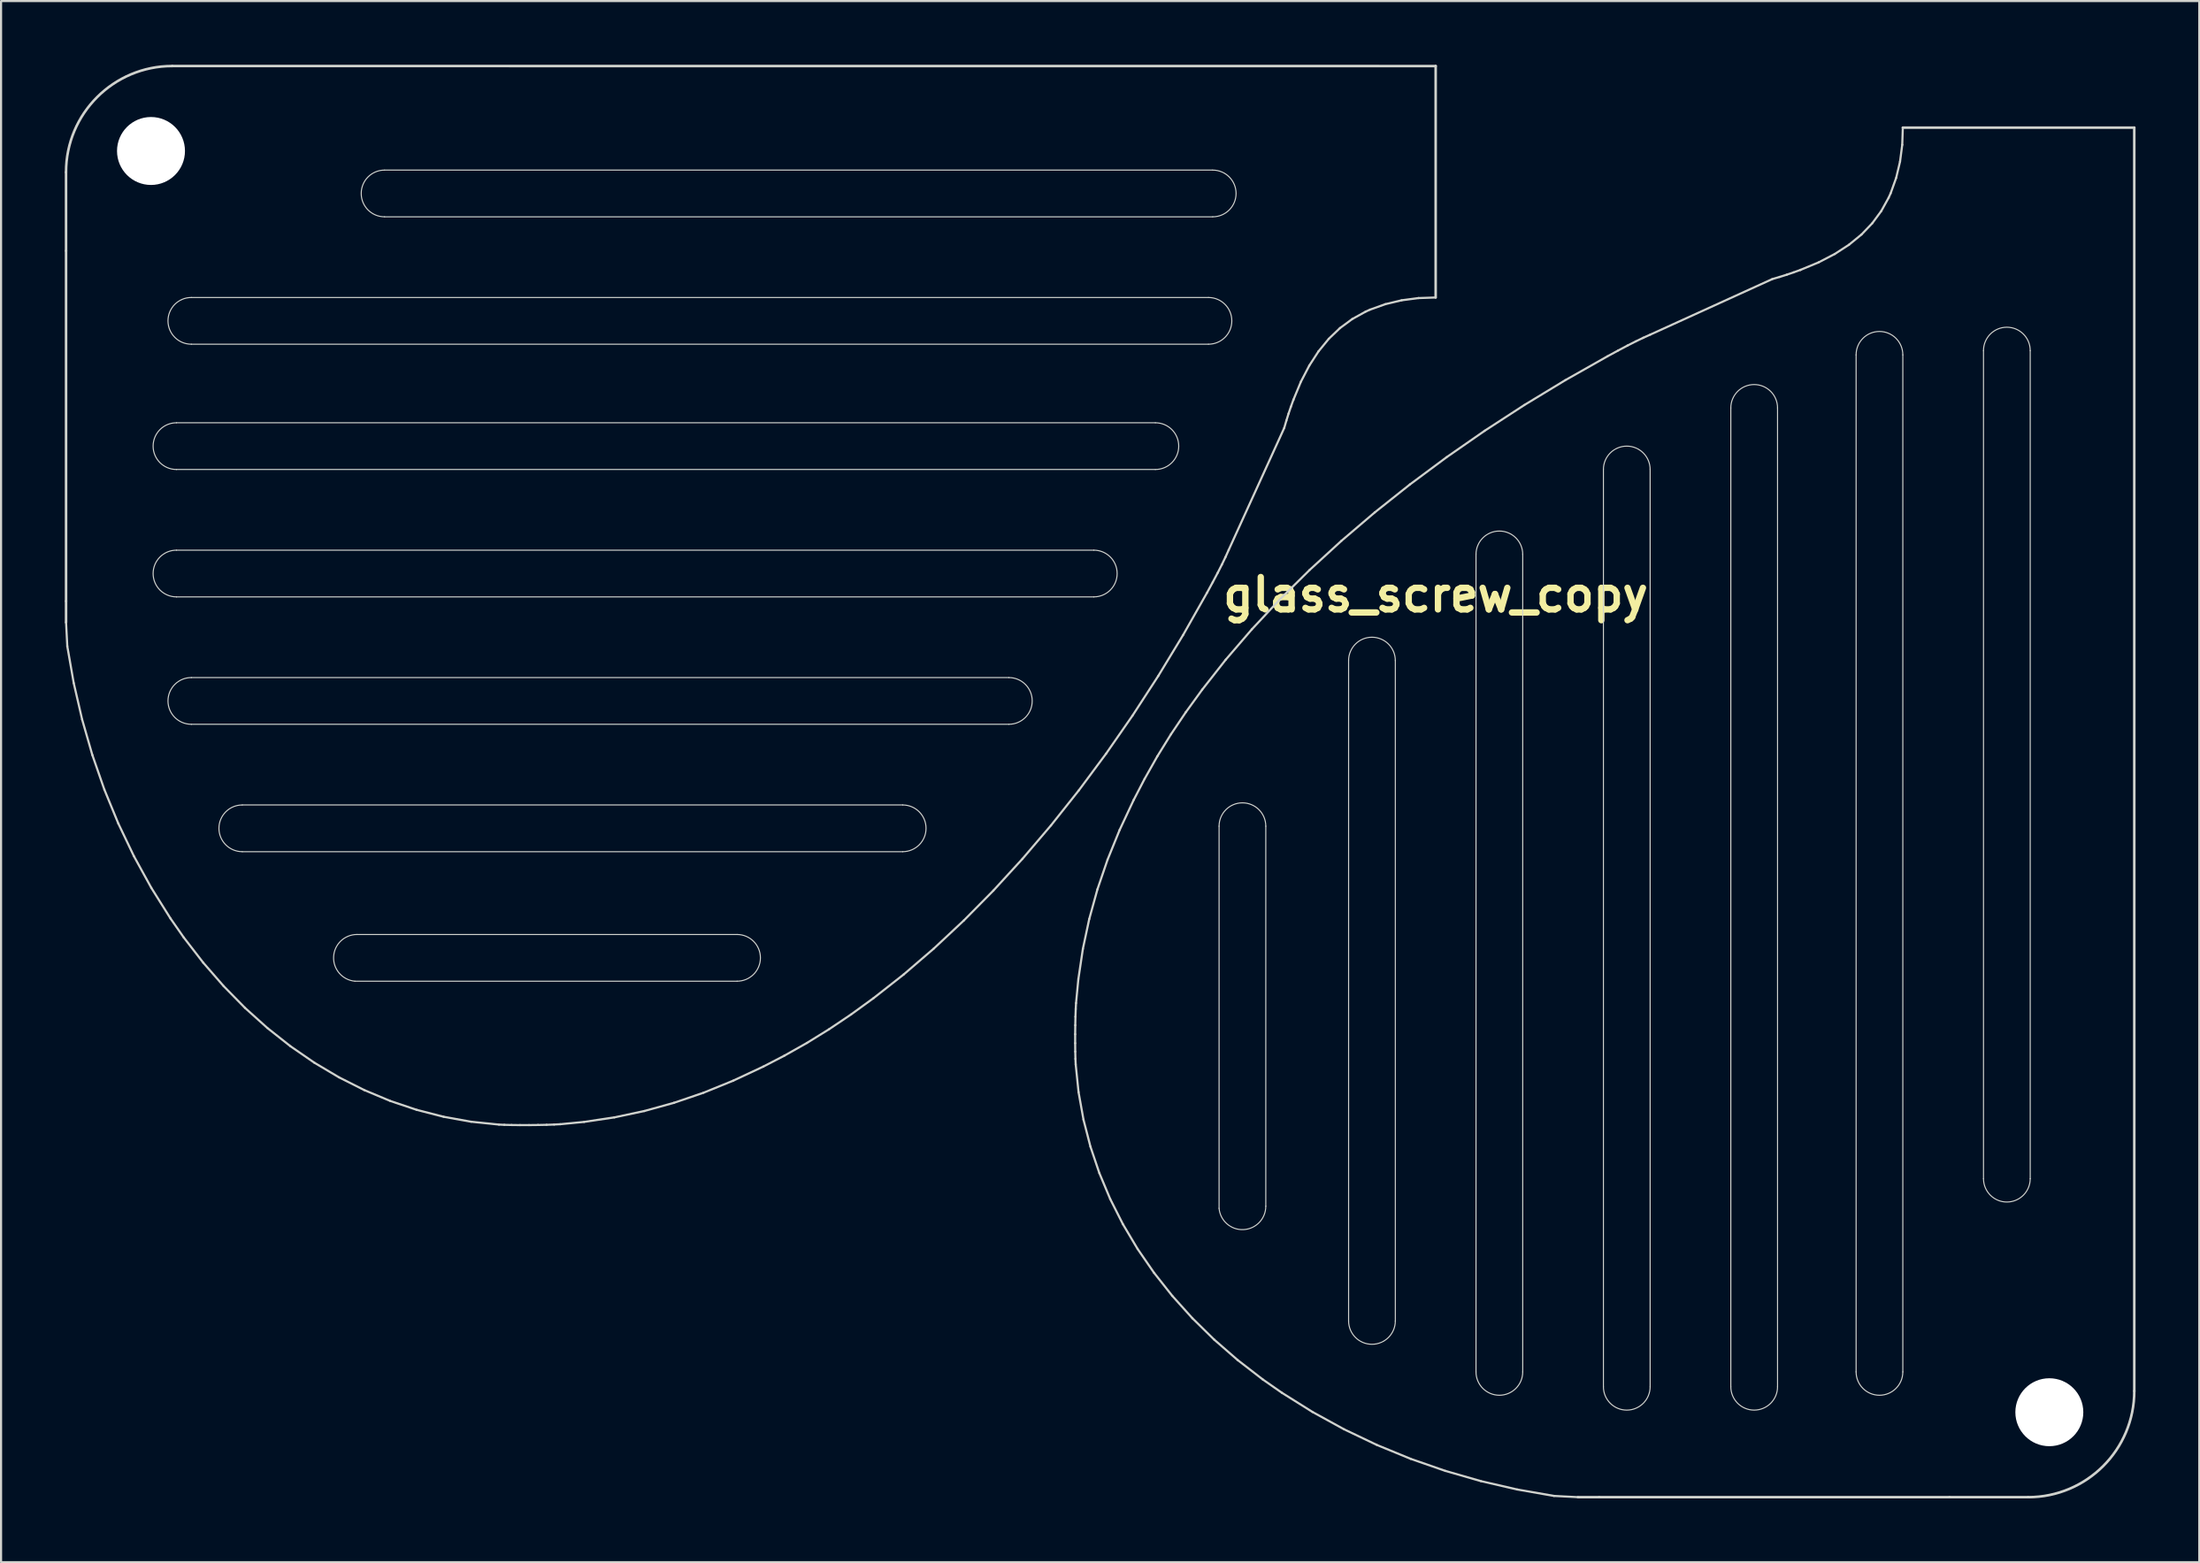
<source format=kicad_pcb>
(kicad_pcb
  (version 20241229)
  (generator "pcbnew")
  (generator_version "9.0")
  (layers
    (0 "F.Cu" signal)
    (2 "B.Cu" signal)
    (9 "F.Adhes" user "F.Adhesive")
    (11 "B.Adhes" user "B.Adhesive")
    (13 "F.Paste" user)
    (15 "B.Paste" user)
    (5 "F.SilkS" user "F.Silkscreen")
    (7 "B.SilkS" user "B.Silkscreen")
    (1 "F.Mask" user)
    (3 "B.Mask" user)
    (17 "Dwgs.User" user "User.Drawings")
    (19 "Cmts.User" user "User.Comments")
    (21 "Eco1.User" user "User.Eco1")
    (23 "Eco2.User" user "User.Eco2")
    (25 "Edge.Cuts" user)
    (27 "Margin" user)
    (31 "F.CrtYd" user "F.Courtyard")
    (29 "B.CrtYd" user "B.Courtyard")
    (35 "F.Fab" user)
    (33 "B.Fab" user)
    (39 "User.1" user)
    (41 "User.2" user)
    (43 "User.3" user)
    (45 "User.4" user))
  (footprint "glass_screw_copy"
    (layer "F.Cu")
    (at 64.561 5.961)
    (property "Reference" "glass_screw_copy" (at 0 19 0) (layer "F.SilkS") (effects (font (size 1.524 1.524) (thickness 0.3))))
    (attr through_hole)
    (fp_line (start -64.5 2.8) (end -64.501 -0.9) (stroke (width 0.12) (type solid)) (layer "Edge.Cuts"))
    (fp_line (start -64.5 19.3) (end -64.5 2.8) (stroke (width 0.12) (type solid)) (layer "Edge.Cuts"))
    (fp_line (start -64.5 19.3) (end -64.5 20.3) (stroke (width 0.12) (type solid)) (layer "Edge.Cuts"))
    (fp_line (start -64.442 21.425) (end -64.5 20.3) (stroke (width 0.1) (type solid)) (layer "Edge.Cuts"))
    (fp_line (start -64.138 23.163) (end -64.442 21.425) (stroke (width 0.1) (type solid)) (layer "Edge.Cuts"))
    (fp_line (start -63.744 24.871) (end -64.138 23.163) (stroke (width 0.1) (type solid)) (layer "Edge.Cuts"))
    (fp_line (start -63.263 26.544) (end -63.744 24.871) (stroke (width 0.1) (type solid)) (layer "Edge.Cuts"))
    (fp_line (start -62.695 28.178) (end -63.263 26.544) (stroke (width 0.1) (type solid)) (layer "Edge.Cuts"))
    (fp_line (start -62.041 29.769) (end -62.695 28.178) (stroke (width 0.1) (type solid)) (layer "Edge.Cuts"))
    (fp_line (start -61.304 31.313) (end -62.041 29.769) (stroke (width 0.1) (type solid)) (layer "Edge.Cuts"))
    (fp_line (start -60.484 32.806) (end -61.304 31.313) (stroke (width 0.1) (type solid)) (layer "Edge.Cuts"))
    (fp_line (start -59.582 34.245) (end -60.484 32.806) (stroke (width 0.1) (type solid)) (layer "Edge.Cuts"))
    (fp_line (start -59.3 10.9) (end -13.2 10.9) (stroke (width 0.05) (type solid)) (layer "Edge.Cuts"))
    (fp_line (start -59.3 16.9) (end -16.1 16.9) (stroke (width 0.05) (type solid)) (layer "Edge.Cuts"))
    (fp_line (start -58.955 35.144) (end -59.582 34.245) (stroke (width 0.1) (type solid)) (layer "Edge.Cuts"))
    (fp_line (start -58.6 22.9) (end -20.1 22.9) (stroke (width 0.05) (type solid)) (layer "Edge.Cuts"))
    (fp_line (start -58.6 5) (end -10.7 5) (stroke (width 0.05) (type solid)) (layer "Edge.Cuts"))
    (fp_line (start -58.04 36.328) (end -58.955 35.144) (stroke (width 0.1) (type solid)) (layer "Edge.Cuts"))
    (fp_line (start -57.078 37.433) (end -58.04 36.328) (stroke (width 0.1) (type solid)) (layer "Edge.Cuts"))
    (fp_line (start -56.2 28.9) (end -25.1 28.9) (stroke (width 0.05) (type solid)) (layer "Edge.Cuts"))
    (fp_line (start -56.072 38.458) (end -57.078 37.433) (stroke (width 0.1) (type solid)) (layer "Edge.Cuts"))
    (fp_line (start -55.022 39.402) (end -56.072 38.458) (stroke (width 0.1) (type solid)) (layer "Edge.Cuts"))
    (fp_line (start -53.934 40.262) (end -55.022 39.402) (stroke (width 0.1) (type solid)) (layer "Edge.Cuts"))
    (fp_line (start -52.808 41.038) (end -53.934 40.262) (stroke (width 0.1) (type solid)) (layer "Edge.Cuts"))
    (fp_line (start -51.648 41.727) (end -52.808 41.038) (stroke (width 0.1) (type solid)) (layer "Edge.Cuts"))
    (fp_line (start -50.799 35) (end -32.9 35) (stroke (width 0.05) (type solid)) (layer "Edge.Cuts"))
    (fp_line (start -50.456 42.328) (end -51.648 41.727) (stroke (width 0.1) (type solid)) (layer "Edge.Cuts"))
    (fp_line (start -49.5 -1) (end -10.5 -1) (stroke (width 0.05) (type solid)) (layer "Edge.Cuts"))
    (fp_line (start -49.235 42.839) (end -50.456 42.328) (stroke (width 0.1) (type solid)) (layer "Edge.Cuts"))
    (fp_line (start -47.988 43.259) (end -49.235 42.839) (stroke (width 0.1) (type solid)) (layer "Edge.Cuts"))
    (fp_line (start -46.717 43.586) (end -47.988 43.259) (stroke (width 0.1) (type solid)) (layer "Edge.Cuts"))
    (fp_line (start -45.425 43.818) (end -46.717 43.586) (stroke (width 0.1) (type solid)) (layer "Edge.Cuts"))
    (fp_line (start -44.114 43.953) (end -45.425 43.818) (stroke (width 0.1) (type solid)) (layer "Edge.Cuts"))
    (fp_line (start -43.859 43.965) (end -44.114 43.953) (stroke (width 0.1) (type solid)) (layer "Edge.Cuts"))
    (fp_line (start -43.515 43.973) (end -43.859 43.965) (stroke (width 0.1) (type solid)) (layer "Edge.Cuts"))
    (fp_line (start -43.12 43.977) (end -43.515 43.973) (stroke (width 0.1) (type solid)) (layer "Edge.Cuts"))
    (fp_line (start -42.698 43.977) (end -43.12 43.977) (stroke (width 0.1) (type solid)) (layer "Edge.Cuts"))
    (fp_line (start -42.274 43.972) (end -42.698 43.977) (stroke (width 0.1) (type solid)) (layer "Edge.Cuts"))
    (fp_line (start -41.871 43.964) (end -42.274 43.972) (stroke (width 0.1) (type solid)) (layer "Edge.Cuts"))
    (fp_line (start -41.516 43.951) (end -41.871 43.964) (stroke (width 0.1) (type solid)) (layer "Edge.Cuts"))
    (fp_line (start -41.231 43.936) (end -41.516 43.951) (stroke (width 0.1) (type solid)) (layer "Edge.Cuts"))
    (fp_line (start -40.102 43.827) (end -41.231 43.936) (stroke (width 0.1) (type solid)) (layer "Edge.Cuts"))
    (fp_line (start -38.678 43.614) (end -40.102 43.827) (stroke (width 0.1) (type solid)) (layer "Edge.Cuts"))
    (fp_line (start -37.272 43.315) (end -38.678 43.614) (stroke (width 0.1) (type solid)) (layer "Edge.Cuts"))
    (fp_line (start -35.875 42.929) (end -37.272 43.315) (stroke (width 0.1) (type solid)) (layer "Edge.Cuts"))
    (fp_line (start -34.48 42.453) (end -35.875 42.929) (stroke (width 0.1) (type solid)) (layer "Edge.Cuts"))
    (fp_line (start -33.079 41.884) (end -34.48 42.453) (stroke (width 0.1) (type solid)) (layer "Edge.Cuts"))
    (fp_line (start -32.9 37.2) (end -50.899 37.2) (stroke (width 0.05) (type solid)) (layer "Edge.Cuts"))
    (fp_line (start -31.663 41.221) (end -33.079 41.884) (stroke (width 0.1) (type solid)) (layer "Edge.Cuts"))
    (fp_line (start -30.673 40.708) (end -31.663 41.221) (stroke (width 0.1) (type solid)) (layer "Edge.Cuts"))
    (fp_line (start -29.608 40.107) (end -30.673 40.708) (stroke (width 0.1) (type solid)) (layer "Edge.Cuts"))
    (fp_line (start -28.569 39.464) (end -29.608 40.107) (stroke (width 0.1) (type solid)) (layer "Edge.Cuts"))
    (fp_line (start -27.531 38.766) (end -28.569 39.464) (stroke (width 0.1) (type solid)) (layer "Edge.Cuts"))
    (fp_line (start -26.469 37.995) (end -27.531 38.766) (stroke (width 0.1) (type solid)) (layer "Edge.Cuts"))
    (fp_line (start -25.1 31.1) (end -56.2 31.1) (stroke (width 0.05) (type solid)) (layer "Edge.Cuts"))
    (fp_line (start -25.058 36.887) (end -26.469 37.995) (stroke (width 0.1) (type solid)) (layer "Edge.Cuts"))
    (fp_line (start -23.63 35.659) (end -25.058 36.887) (stroke (width 0.1) (type solid)) (layer "Edge.Cuts"))
    (fp_line (start -22.219 34.339) (end -23.63 35.659) (stroke (width 0.1) (type solid)) (layer "Edge.Cuts"))
    (fp_line (start -20.828 32.931) (end -22.219 34.339) (stroke (width 0.1) (type solid)) (layer "Edge.Cuts"))
    (fp_line (start -20.1 25.1) (end -58.6 25.1) (stroke (width 0.05) (type solid)) (layer "Edge.Cuts"))
    (fp_line (start -19.46 31.438) (end -20.828 32.931) (stroke (width 0.1) (type solid)) (layer "Edge.Cuts"))
    (fp_line (start -18.118 29.864) (end -19.46 31.438) (stroke (width 0.1) (type solid)) (layer "Edge.Cuts"))
    (fp_line (start -16.977 40.12) (end -16.973 40.515) (stroke (width 0.1) (type solid)) (layer "Edge.Cuts"))
    (fp_line (start -16.977 39.698) (end -16.977 40.12) (stroke (width 0.1) (type solid)) (layer "Edge.Cuts"))
    (fp_line (start -16.973 40.515) (end -16.965 40.859) (stroke (width 0.1) (type solid)) (layer "Edge.Cuts"))
    (fp_line (start -16.972 39.274) (end -16.977 39.698) (stroke (width 0.1) (type solid)) (layer "Edge.Cuts"))
    (fp_line (start -16.965 40.859) (end -16.953 41.114) (stroke (width 0.1) (type solid)) (layer "Edge.Cuts"))
    (fp_line (start -16.964 38.871) (end -16.972 39.274) (stroke (width 0.1) (type solid)) (layer "Edge.Cuts"))
    (fp_line (start -16.953 41.114) (end -16.818 42.425) (stroke (width 0.1) (type solid)) (layer "Edge.Cuts"))
    (fp_line (start -16.951 38.516) (end -16.964 38.871) (stroke (width 0.1) (type solid)) (layer "Edge.Cuts"))
    (fp_line (start -16.936 38.231) (end -16.951 38.516) (stroke (width 0.1) (type solid)) (layer "Edge.Cuts"))
    (fp_line (start -16.827 37.102) (end -16.936 38.231) (stroke (width 0.1) (type solid)) (layer "Edge.Cuts"))
    (fp_line (start -16.818 42.425) (end -16.586 43.717) (stroke (width 0.1) (type solid)) (layer "Edge.Cuts"))
    (fp_line (start -16.805 28.212) (end -18.118 29.864) (stroke (width 0.1) (type solid)) (layer "Edge.Cuts"))
    (fp_line (start -16.614 35.678) (end -16.827 37.102) (stroke (width 0.1) (type solid)) (layer "Edge.Cuts"))
    (fp_line (start -16.586 43.717) (end -16.259 44.988) (stroke (width 0.1) (type solid)) (layer "Edge.Cuts"))
    (fp_line (start -16.315 34.272) (end -16.614 35.678) (stroke (width 0.1) (type solid)) (layer "Edge.Cuts"))
    (fp_line (start -16.259 44.988) (end -15.839 46.235) (stroke (width 0.1) (type solid)) (layer "Edge.Cuts"))
    (fp_line (start -16.1 19.1) (end -59.3 19.1) (stroke (width 0.05) (type solid)) (layer "Edge.Cuts"))
    (fp_line (start -15.929 32.875) (end -16.315 34.272) (stroke (width 0.1) (type solid)) (layer "Edge.Cuts"))
    (fp_line (start -15.839 46.235) (end -15.328 47.456) (stroke (width 0.1) (type solid)) (layer "Edge.Cuts"))
    (fp_line (start -15.523 26.486) (end -16.805 28.212) (stroke (width 0.1) (type solid)) (layer "Edge.Cuts"))
    (fp_line (start -15.453 31.48) (end -15.929 32.875) (stroke (width 0.1) (type solid)) (layer "Edge.Cuts"))
    (fp_line (start -15.328 47.456) (end -14.727 48.648) (stroke (width 0.1) (type solid)) (layer "Edge.Cuts"))
    (fp_line (start -14.884 30.079) (end -15.453 31.48) (stroke (width 0.1) (type solid)) (layer "Edge.Cuts"))
    (fp_line (start -14.727 48.648) (end -14.038 49.808) (stroke (width 0.1) (type solid)) (layer "Edge.Cuts"))
    (fp_line (start -14.276 24.69) (end -15.523 26.486) (stroke (width 0.1) (type solid)) (layer "Edge.Cuts"))
    (fp_line (start -14.221 28.663) (end -14.884 30.079) (stroke (width 0.1) (type solid)) (layer "Edge.Cuts"))
    (fp_line (start -14.038 49.808) (end -13.262 50.934) (stroke (width 0.1) (type solid)) (layer "Edge.Cuts"))
    (fp_line (start -13.708 27.673) (end -14.221 28.663) (stroke (width 0.1) (type solid)) (layer "Edge.Cuts"))
    (fp_line (start -13.262 50.934) (end -12.402 52.022) (stroke (width 0.1) (type solid)) (layer "Edge.Cuts"))
    (fp_line (start -13.2 13.1) (end -59.3 13.1) (stroke (width 0.05) (type solid)) (layer "Edge.Cuts"))
    (fp_line (start -13.107 26.608) (end -13.708 27.673) (stroke (width 0.1) (type solid)) (layer "Edge.Cuts"))
    (fp_line (start -13.066 22.827) (end -14.276 24.69) (stroke (width 0.1) (type solid)) (layer "Edge.Cuts"))
    (fp_line (start -12.464 25.569) (end -13.107 26.608) (stroke (width 0.1) (type solid)) (layer "Edge.Cuts"))
    (fp_line (start -12.402 52.022) (end -11.458 53.072) (stroke (width 0.1) (type solid)) (layer "Edge.Cuts"))
    (fp_line (start -11.897 20.9) (end -13.066 22.827) (stroke (width 0.1) (type solid)) (layer "Edge.Cuts"))
    (fp_line (start -11.766 24.531) (end -12.464 25.569) (stroke (width 0.1) (type solid)) (layer "Edge.Cuts"))
    (fp_line (start -11.458 53.072) (end -10.433 54.078) (stroke (width 0.1) (type solid)) (layer "Edge.Cuts"))
    (fp_line (start -10.995 23.469) (end -11.766 24.531) (stroke (width 0.1) (type solid)) (layer "Edge.Cuts"))
    (fp_line (start -10.772 18.913) (end -11.897 20.9) (stroke (width 0.1) (type solid)) (layer "Edge.Cuts"))
    (fp_line (start -10.7 7.2) (end -58.6 7.2) (stroke (width 0.05) (type solid)) (layer "Edge.Cuts"))
    (fp_line (start -10.5 1.2) (end -49.5 1.2) (stroke (width 0.05) (type solid)) (layer "Edge.Cuts"))
    (fp_line (start -10.498 18.408) (end -10.772 18.913) (stroke (width 0.1) (type solid)) (layer "Edge.Cuts"))
    (fp_line (start -10.433 54.078) (end -9.328 55.04) (stroke (width 0.1) (type solid)) (layer "Edge.Cuts"))
    (fp_line (start -10.265 17.968) (end -10.498 18.408) (stroke (width 0.1) (type solid)) (layer "Edge.Cuts"))
    (fp_line (start -10.2 29.9) (end -10.2 47.899) (stroke (width 0.05) (type solid)) (layer "Edge.Cuts"))
    (fp_line (start -10.068 17.579) (end -10.265 17.968) (stroke (width 0.1) (type solid)) (layer "Edge.Cuts"))
    (fp_line (start -9.899 17.227) (end -10.068 17.579) (stroke (width 0.1) (type solid)) (layer "Edge.Cuts"))
    (fp_line (start -9.887 22.058) (end -10.995 23.469) (stroke (width 0.1) (type solid)) (layer "Edge.Cuts"))
    (fp_line (start -9.749 16.894) (end -9.899 17.227) (stroke (width 0.1) (type solid)) (layer "Edge.Cuts"))
    (fp_line (start -9.328 55.04) (end -8.144 55.955) (stroke (width 0.1) (type solid)) (layer "Edge.Cuts"))
    (fp_line (start -8.659 20.63) (end -9.887 22.058) (stroke (width 0.1) (type solid)) (layer "Edge.Cuts"))
    (fp_line (start -8.144 55.955) (end -7.245 56.582) (stroke (width 0.1) (type solid)) (layer "Edge.Cuts"))
    (fp_line (start -8 47.799) (end -8 29.9) (stroke (width 0.05) (type solid)) (layer "Edge.Cuts"))
    (fp_line (start -7.339 19.219) (end -8.659 20.63) (stroke (width 0.1) (type solid)) (layer "Edge.Cuts"))
    (fp_line (start -7.245 56.582) (end -5.806 57.484) (stroke (width 0.1) (type solid)) (layer "Edge.Cuts"))
    (fp_line (start -7.133 11.148) (end -9.749 16.894) (stroke (width 0.1) (type solid)) (layer "Edge.Cuts"))
    (fp_line (start -7.031 10.799) (end -7.133 11.148) (stroke (width 0.1) (type solid)) (layer "Edge.Cuts"))
    (fp_line (start -6.927 10.467) (end -7.031 10.799) (stroke (width 0.1) (type solid)) (layer "Edge.Cuts"))
    (fp_line (start -6.817 10.143) (end -6.927 10.467) (stroke (width 0.1) (type solid)) (layer "Edge.Cuts"))
    (fp_line (start -6.7 9.818) (end -6.817 10.143) (stroke (width 0.1) (type solid)) (layer "Edge.Cuts"))
    (fp_line (start -6.697 9.812) (end -6.7 9.818) (stroke (width 0.1) (type solid)) (layer "Edge.Cuts"))
    (fp_line (start -6.345 8.964) (end -6.697 9.812) (stroke (width 0.1) (type solid)) (layer "Edge.Cuts"))
    (fp_line (start -5.951 8.206) (end -6.345 8.964) (stroke (width 0.1) (type solid)) (layer "Edge.Cuts"))
    (fp_line (start -5.931 17.828) (end -7.339 19.219) (stroke (width 0.1) (type solid)) (layer "Edge.Cuts"))
    (fp_line (start -5.806 57.484) (end -4.313 58.304) (stroke (width 0.1) (type solid)) (layer "Edge.Cuts"))
    (fp_line (start -5.515 7.534) (end -5.951 8.206) (stroke (width 0.1) (type solid)) (layer "Edge.Cuts"))
    (fp_line (start -5.034 6.946) (end -5.515 7.534) (stroke (width 0.1) (type solid)) (layer "Edge.Cuts"))
    (fp_line (start -4.506 6.441) (end -5.034 6.946) (stroke (width 0.1) (type solid)) (layer "Edge.Cuts"))
    (fp_line (start -4.438 16.46) (end -5.931 17.828) (stroke (width 0.1) (type solid)) (layer "Edge.Cuts"))
    (fp_line (start -4.313 58.304) (end -2.769 59.041) (stroke (width 0.1) (type solid)) (layer "Edge.Cuts"))
    (fp_line (start -4.1 22.1) (end -4.1 53.2) (stroke (width 0.05) (type solid)) (layer "Edge.Cuts"))
    (fp_line (start -3.93 6.016) (end -4.506 6.441) (stroke (width 0.1) (type solid)) (layer "Edge.Cuts"))
    (fp_line (start -3.304 5.669) (end -3.93 6.016) (stroke (width 0.1) (type solid)) (layer "Edge.Cuts"))
    (fp_line (start -3.092 5.573) (end -3.304 5.669) (stroke (width 0.1) (type solid)) (layer "Edge.Cuts"))
    (fp_line (start -2.864 15.118) (end -4.438 16.46) (stroke (width 0.1) (type solid)) (layer "Edge.Cuts"))
    (fp_line (start -2.769 59.041) (end -1.178 59.695) (stroke (width 0.1) (type solid)) (layer "Edge.Cuts"))
    (fp_line (start -2.368 5.314) (end -3.092 5.573) (stroke (width 0.1) (type solid)) (layer "Edge.Cuts"))
    (fp_line (start -1.9 53.2) (end -1.9 22.1) (stroke (width 0.05) (type solid)) (layer "Edge.Cuts"))
    (fp_line (start -1.601 5.131) (end -2.368 5.314) (stroke (width 0.1) (type solid)) (layer "Edge.Cuts"))
    (fp_line (start -1.212 13.805) (end -2.864 15.118) (stroke (width 0.1) (type solid)) (layer "Edge.Cuts"))
    (fp_line (start -1.178 59.695) (end 0.456 60.263) (stroke (width 0.1) (type solid)) (layer "Edge.Cuts"))
    (fp_line (start -0.807 5.027) (end -1.601 5.131) (stroke (width 0.1) (type solid)) (layer "Edge.Cuts"))
    (fp_line (start 0 -5.9) (end -59.5 -5.901) (stroke (width 0.12) (type solid)) (layer "Edge.Cuts"))
    (fp_line (start 0 5) (end -0.807 5.027) (stroke (width 0.1) (type solid)) (layer "Edge.Cuts"))
    (fp_line (start 0 5) (end 0 -5.9) (stroke (width 0.12) (type solid)) (layer "Edge.Cuts"))
    (fp_line (start 0.456 60.263) (end 2.129 60.744) (stroke (width 0.1) (type solid)) (layer "Edge.Cuts"))
    (fp_line (start 0.514 12.523) (end -1.212 13.805) (stroke (width 0.1) (type solid)) (layer "Edge.Cuts"))
    (fp_line (start 1.9 17.1) (end 1.9 55.6) (stroke (width 0.05) (type solid)) (layer "Edge.Cuts"))
    (fp_line (start 2.129 60.744) (end 3.837 61.138) (stroke (width 0.1) (type solid)) (layer "Edge.Cuts"))
    (fp_line (start 2.31 11.276) (end 0.514 12.523) (stroke (width 0.1) (type solid)) (layer "Edge.Cuts"))
    (fp_line (start 3.837 61.138) (end 5.575 61.442) (stroke (width 0.1) (type solid)) (layer "Edge.Cuts"))
    (fp_line (start 4.1 55.6) (end 4.1 17.1) (stroke (width 0.05) (type solid)) (layer "Edge.Cuts"))
    (fp_line (start 4.173 10.066) (end 2.31 11.276) (stroke (width 0.1) (type solid)) (layer "Edge.Cuts"))
    (fp_line (start 5.575 61.442) (end 6.7 61.5) (stroke (width 0.1) (type solid)) (layer "Edge.Cuts"))
    (fp_line (start 6.1 8.897) (end 4.173 10.066) (stroke (width 0.1) (type solid)) (layer "Edge.Cuts"))
    (fp_line (start 7.7 61.5) (end 6.7 61.5) (stroke (width 0.12) (type solid)) (layer "Edge.Cuts"))
    (fp_line (start 7.7 61.5) (end 24.2 61.5) (stroke (width 0.12) (type solid)) (layer "Edge.Cuts"))
    (fp_line (start 7.9 13.1) (end 7.9 56.3) (stroke (width 0.05) (type solid)) (layer "Edge.Cuts"))
    (fp_line (start 8.087 7.772) (end 6.1 8.897) (stroke (width 0.1) (type solid)) (layer "Edge.Cuts"))
    (fp_line (start 8.592 7.498) (end 8.087 7.772) (stroke (width 0.1) (type solid)) (layer "Edge.Cuts"))
    (fp_line (start 9.032 7.265) (end 8.592 7.498) (stroke (width 0.1) (type solid)) (layer "Edge.Cuts"))
    (fp_line (start 9.421 7.068) (end 9.032 7.265) (stroke (width 0.1) (type solid)) (layer "Edge.Cuts"))
    (fp_line (start 9.773 6.899) (end 9.421 7.068) (stroke (width 0.1) (type solid)) (layer "Edge.Cuts"))
    (fp_line (start 10.1 56.3) (end 10.1 13.1) (stroke (width 0.05) (type solid)) (layer "Edge.Cuts"))
    (fp_line (start 10.106 6.749) (end 9.773 6.899) (stroke (width 0.1) (type solid)) (layer "Edge.Cuts"))
    (fp_line (start 13.9 10.2) (end 13.9 56.3) (stroke (width 0.05) (type solid)) (layer "Edge.Cuts"))
    (fp_line (start 15.852 4.133) (end 10.106 6.749) (stroke (width 0.1) (type solid)) (layer "Edge.Cuts"))
    (fp_line (start 16.1 56.3) (end 16.1 10.2) (stroke (width 0.05) (type solid)) (layer "Edge.Cuts"))
    (fp_line (start 16.201 4.031) (end 15.852 4.133) (stroke (width 0.1) (type solid)) (layer "Edge.Cuts"))
    (fp_line (start 16.533 3.927) (end 16.201 4.031) (stroke (width 0.1) (type solid)) (layer "Edge.Cuts"))
    (fp_line (start 16.857 3.817) (end 16.533 3.927) (stroke (width 0.1) (type solid)) (layer "Edge.Cuts"))
    (fp_line (start 17.182 3.7) (end 16.857 3.817) (stroke (width 0.1) (type solid)) (layer "Edge.Cuts"))
    (fp_line (start 17.188 3.697) (end 17.182 3.7) (stroke (width 0.1) (type solid)) (layer "Edge.Cuts"))
    (fp_line (start 18.036 3.345) (end 17.188 3.697) (stroke (width 0.1) (type solid)) (layer "Edge.Cuts"))
    (fp_line (start 18.794 2.951) (end 18.036 3.345) (stroke (width 0.1) (type solid)) (layer "Edge.Cuts"))
    (fp_line (start 19.466 2.515) (end 18.794 2.951) (stroke (width 0.1) (type solid)) (layer "Edge.Cuts"))
    (fp_line (start 19.8 7.7) (end 19.8 55.6) (stroke (width 0.05) (type solid)) (layer "Edge.Cuts"))
    (fp_line (start 20.054 2.034) (end 19.466 2.515) (stroke (width 0.1) (type solid)) (layer "Edge.Cuts"))
    (fp_line (start 20.559 1.506) (end 20.054 2.034) (stroke (width 0.1) (type solid)) (layer "Edge.Cuts"))
    (fp_line (start 20.984 0.93) (end 20.559 1.506) (stroke (width 0.1) (type solid)) (layer "Edge.Cuts"))
    (fp_line (start 21.331 0.304) (end 20.984 0.93) (stroke (width 0.1) (type solid)) (layer "Edge.Cuts"))
    (fp_line (start 21.427 0.092) (end 21.331 0.304) (stroke (width 0.1) (type solid)) (layer "Edge.Cuts"))
    (fp_line (start 21.686 -0.632) (end 21.427 0.092) (stroke (width 0.1) (type solid)) (layer "Edge.Cuts"))
    (fp_line (start 21.869 -1.399) (end 21.686 -0.632) (stroke (width 0.1) (type solid)) (layer "Edge.Cuts"))
    (fp_line (start 21.973 -2.193) (end 21.869 -1.399) (stroke (width 0.1) (type solid)) (layer "Edge.Cuts"))
    (fp_line (start 22 -3) (end 21.973 -2.193) (stroke (width 0.1) (type solid)) (layer "Edge.Cuts"))
    (fp_line (start 22 -3) (end 32.9 -3) (stroke (width 0.12) (type solid)) (layer "Edge.Cuts"))
    (fp_line (start 22 55.6) (end 22 7.7) (stroke (width 0.05) (type solid)) (layer "Edge.Cuts"))
    (fp_line (start 24.2 61.5) (end 27.9 61.501) (stroke (width 0.12) (type solid)) (layer "Edge.Cuts"))
    (fp_line (start 25.8 7.5) (end 25.8 46.5) (stroke (width 0.05) (type solid)) (layer "Edge.Cuts"))
    (fp_line (start 28 46.5) (end 28 7.5) (stroke (width 0.05) (type solid)) (layer "Edge.Cuts"))
    (fp_line (start 32.9 -3) (end 32.901 56.5) (stroke (width 0.12) (type solid)) (layer "Edge.Cuts"))
    (fp_arc (start -64.500999 -0.9) (mid -63.03624 -4.43624) (end -59.5 -5.900999) (stroke (width 0.12) (type solid)) (layer "Edge.Cuts"))
    (fp_arc (start -59.3 13.099999) (mid -60.4 11.999999) (end -59.3 10.899999) (stroke (width 0.05) (type solid)) (layer "Edge.Cuts"))
    (fp_arc (start -59.3 19.099999) (mid -60.4 17.999999) (end -59.3 16.899999) (stroke (width 0.05) (type solid)) (layer "Edge.Cuts"))
    (fp_arc (start -58.6 25.099999) (mid -59.7 23.999999) (end -58.6 22.899999) (stroke (width 0.05) (type solid)) (layer "Edge.Cuts"))
    (fp_arc (start -58.599999 7.199999) (mid -59.699999 6.099999) (end -58.599999 4.999999) (stroke (width 0.05) (type solid)) (layer "Edge.Cuts"))
    (fp_arc (start -56.2 31.099999) (mid -57.3 29.999999) (end -56.2 28.899999) (stroke (width 0.05) (type solid)) (layer "Edge.Cuts"))
    (fp_arc (start -50.898863 37.2) (mid -51.9 36.05222) (end -50.798863 34.999999) (stroke (width 0.05) (type solid)) (layer "Edge.Cuts"))
    (fp_arc (start -49.499999 1.199999) (mid -50.599999 0.099999) (end -49.499999 -1.000001) (stroke (width 0.05) (type solid)) (layer "Edge.Cuts"))
    (fp_arc (start -32.9 34.999999) (mid -31.8 36.099999) (end -32.9 37.199999) (stroke (width 0.05) (type solid)) (layer "Edge.Cuts"))
    (fp_arc (start -25.1 28.899999) (mid -24 29.999999) (end -25.1 31.099999) (stroke (width 0.05) (type solid)) (layer "Edge.Cuts"))
    (fp_arc (start -20.1 22.899999) (mid -19 23.999999) (end -20.1 25.099999) (stroke (width 0.05) (type solid)) (layer "Edge.Cuts"))
    (fp_arc (start -16.1 16.899999) (mid -15 17.999999) (end -16.1 19.099999) (stroke (width 0.05) (type solid)) (layer "Edge.Cuts"))
    (fp_arc (start -13.2 10.899999) (mid -12.1 11.999999) (end -13.2 13.099999) (stroke (width 0.05) (type solid)) (layer "Edge.Cuts"))
    (fp_arc (start -10.699999 4.999999) (mid -9.599999 6.099999) (end -10.699999 7.199999) (stroke (width 0.05) (type solid)) (layer "Edge.Cuts"))
    (fp_arc (start -10.499999 -1.000001) (mid -9.399999 0.099999) (end -10.499999 1.199999) (stroke (width 0.05) (type solid)) (layer "Edge.Cuts"))
    (fp_arc (start -10.199999 29.9) (mid -9.099999 28.8) (end -7.999999 29.9) (stroke (width 0.05) (type solid)) (layer "Edge.Cuts"))
    (fp_arc (start -7.999999 47.798863) (mid -9.05222 48.9) (end -10.2 47.898863) (stroke (width 0.05) (type solid)) (layer "Edge.Cuts"))
    (fp_arc (start -4.099999 22.1) (mid -2.999999 21) (end -1.899999 22.1) (stroke (width 0.05) (type solid)) (layer "Edge.Cuts"))
    (fp_arc (start -1.899999 53.2) (mid -2.999999 54.3) (end -4.099999 53.2) (stroke (width 0.05) (type solid)) (layer "Edge.Cuts"))
    (fp_arc (start 1.900001 17.1) (mid 3.000001 16) (end 4.100001 17.1) (stroke (width 0.05) (type solid)) (layer "Edge.Cuts"))
    (fp_arc (start 4.100001 55.6) (mid 3.000001 56.7) (end 1.900001 55.6) (stroke (width 0.05) (type solid)) (layer "Edge.Cuts"))
    (fp_arc (start 7.900001 13.1) (mid 9.000001 12) (end 10.100001 13.1) (stroke (width 0.05) (type solid)) (layer "Edge.Cuts"))
    (fp_arc (start 10.100001 56.3) (mid 9.000001 57.4) (end 7.900001 56.3) (stroke (width 0.05) (type solid)) (layer "Edge.Cuts"))
    (fp_arc (start 13.900001 10.2) (mid 15.000001 9.1) (end 16.100001 10.2) (stroke (width 0.05) (type solid)) (layer "Edge.Cuts"))
    (fp_arc (start 16.100001 56.3) (mid 15.000001 57.4) (end 13.900001 56.3) (stroke (width 0.05) (type solid)) (layer "Edge.Cuts"))
    (fp_arc (start 19.800001 7.699999) (mid 20.900001 6.599999) (end 22.000001 7.699999) (stroke (width 0.05) (type solid)) (layer "Edge.Cuts"))
    (fp_arc (start 22.000001 55.599999) (mid 20.900001 56.699999) (end 19.800001 55.599999) (stroke (width 0.05) (type solid)) (layer "Edge.Cuts"))
    (fp_arc (start 25.800001 7.499999) (mid 26.900001 6.399999) (end 28.000001 7.499999) (stroke (width 0.05) (type solid)) (layer "Edge.Cuts"))
    (fp_arc (start 28.000001 46.499999) (mid 26.900001 47.599999) (end 25.800001 46.499999) (stroke (width 0.05) (type solid)) (layer "Edge.Cuts"))
    (fp_arc (start 32.900999 56.5) (mid 31.43624 60.03624) (end 27.9 61.500999) (stroke (width 0.12) (type solid)) (layer "Edge.Cuts"))
    (pad "" np_thru_hole circle (at -60.5 -1.9 180) (size 3.2 3.2) (drill 3.2) (layers "*.Cu" "*.Mask"))
    (pad "" np_thru_hole circle (at 28.9 57.5 90) (size 3.2 3.2) (drill 3.2) (layers "*.Cu" "*.Mask")))
  (gr_rect
    (start -3 -3)
    (end 100.522 70.522)
    (stroke (width 0.1) (type default))
    (fill no)
    (layer "Edge.Cuts")))
</source>
